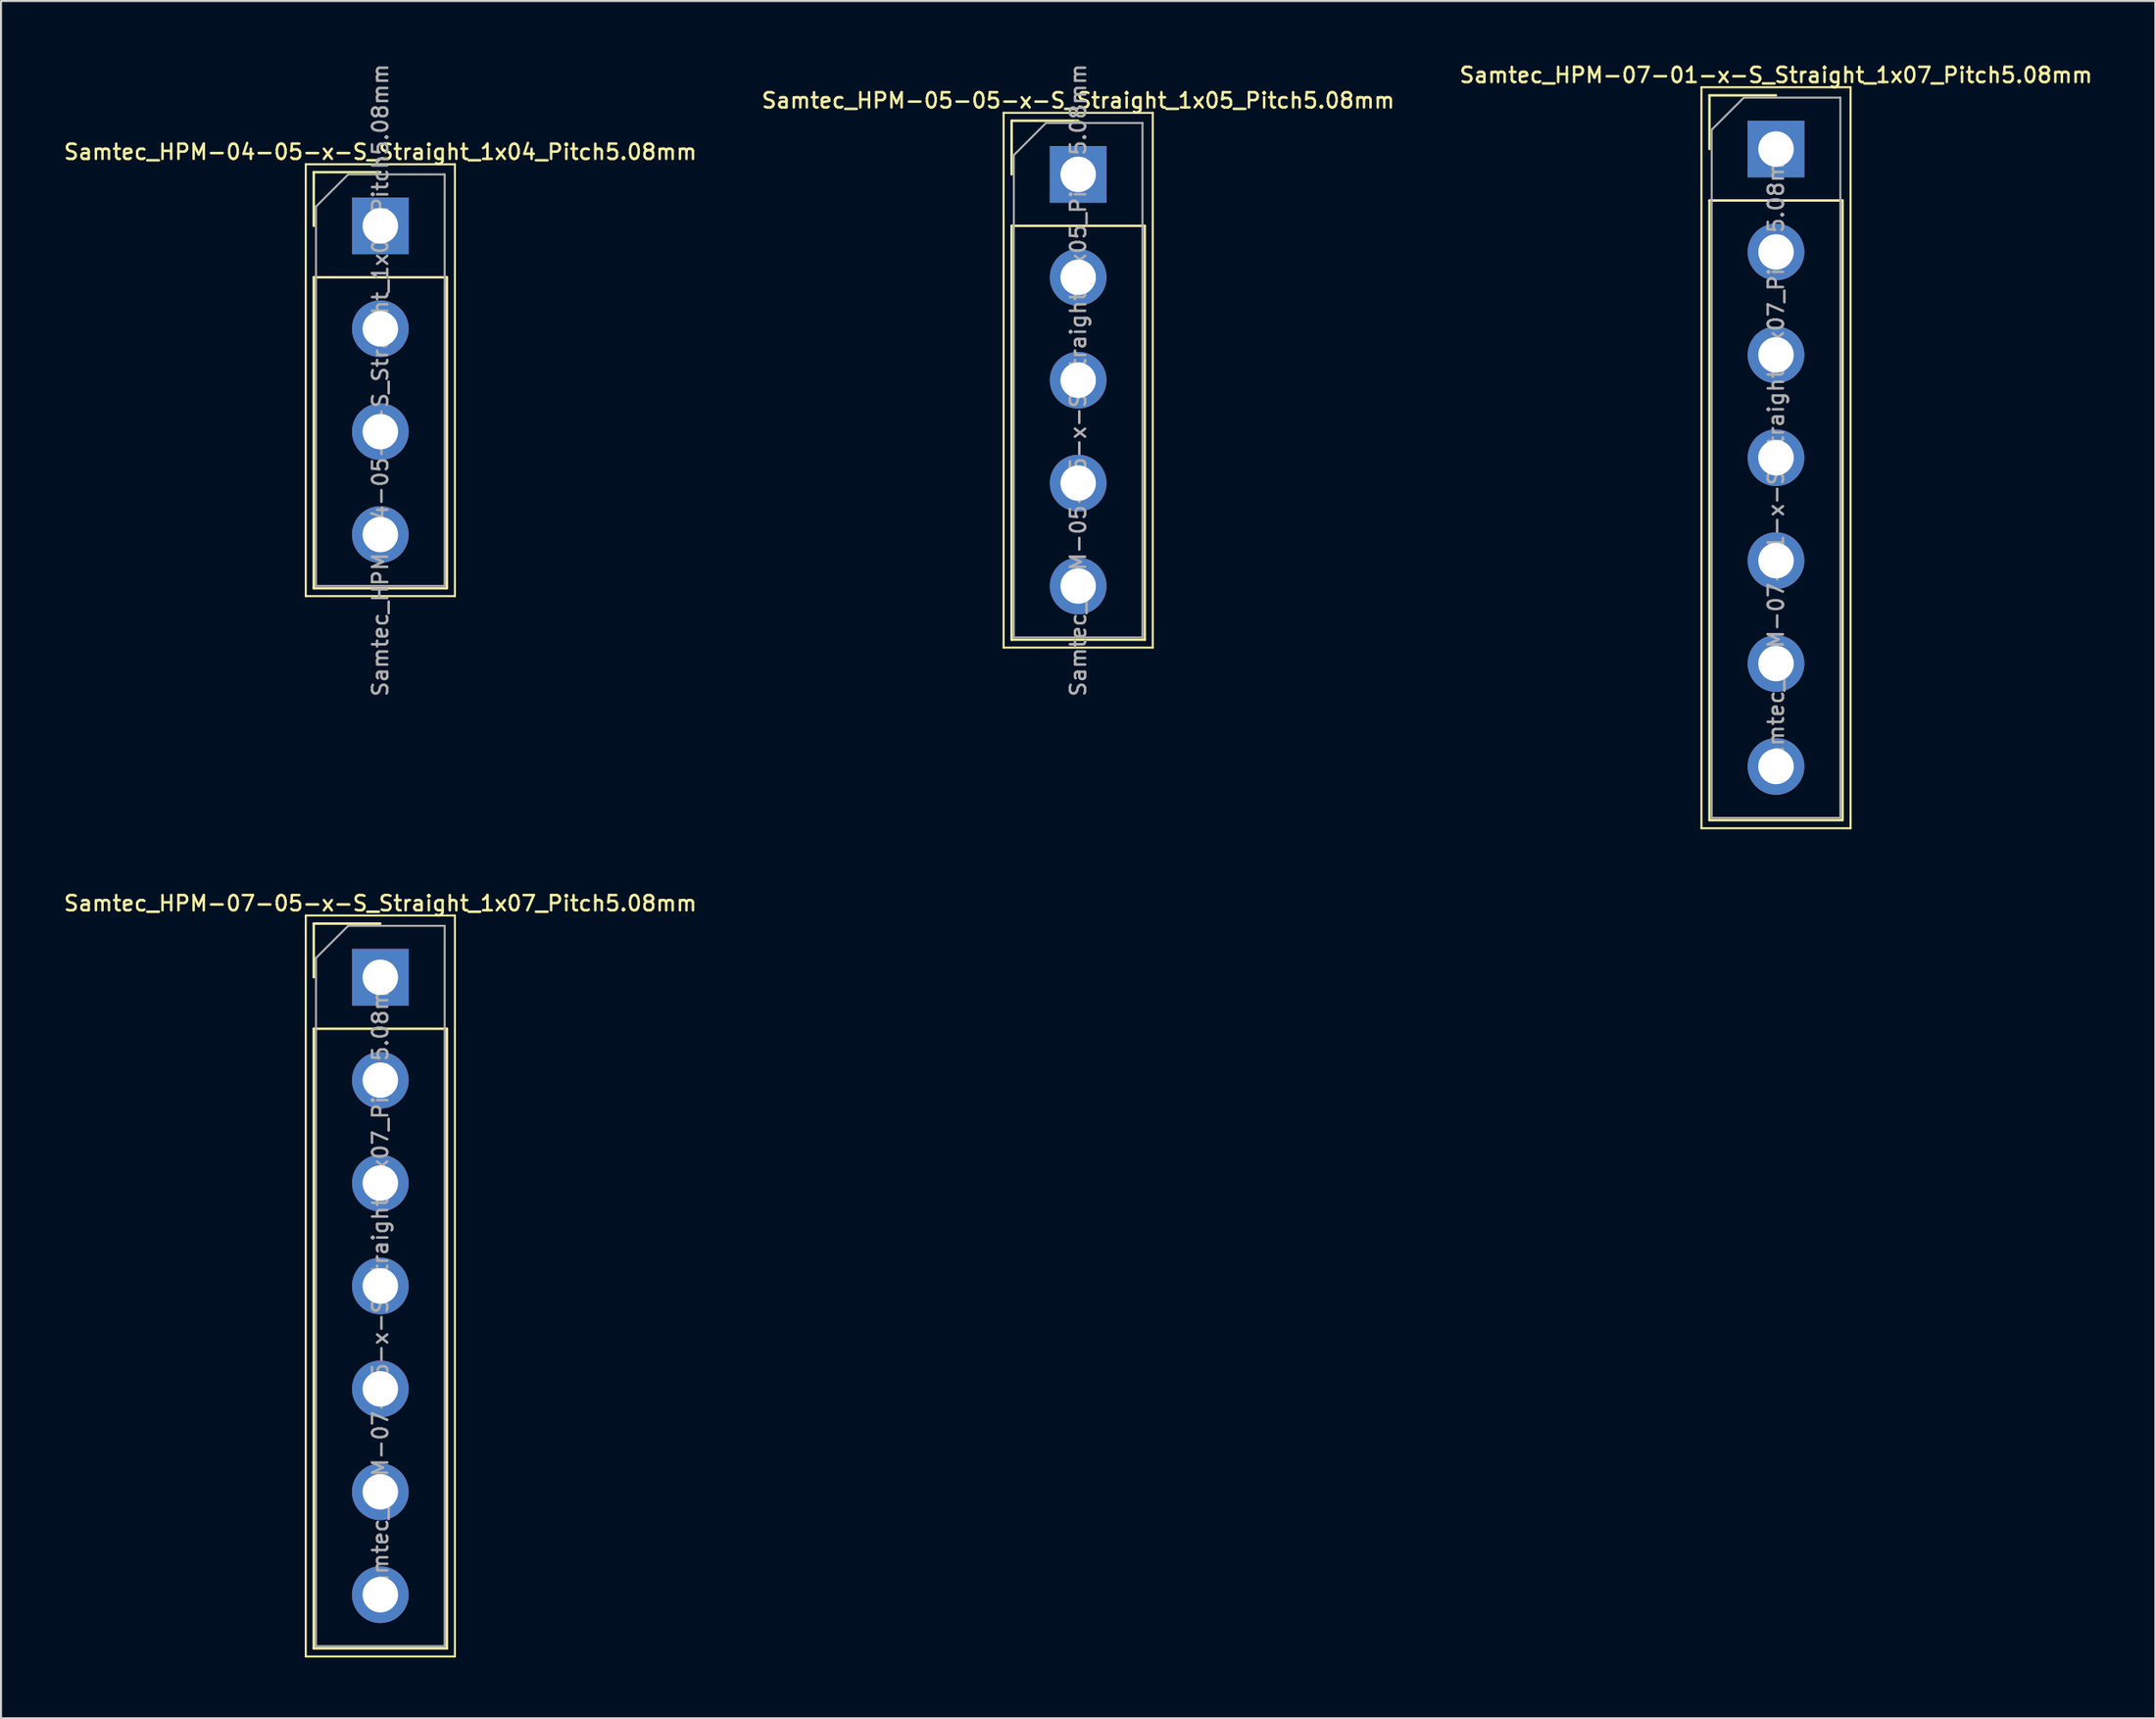
<source format=kicad_pcb>
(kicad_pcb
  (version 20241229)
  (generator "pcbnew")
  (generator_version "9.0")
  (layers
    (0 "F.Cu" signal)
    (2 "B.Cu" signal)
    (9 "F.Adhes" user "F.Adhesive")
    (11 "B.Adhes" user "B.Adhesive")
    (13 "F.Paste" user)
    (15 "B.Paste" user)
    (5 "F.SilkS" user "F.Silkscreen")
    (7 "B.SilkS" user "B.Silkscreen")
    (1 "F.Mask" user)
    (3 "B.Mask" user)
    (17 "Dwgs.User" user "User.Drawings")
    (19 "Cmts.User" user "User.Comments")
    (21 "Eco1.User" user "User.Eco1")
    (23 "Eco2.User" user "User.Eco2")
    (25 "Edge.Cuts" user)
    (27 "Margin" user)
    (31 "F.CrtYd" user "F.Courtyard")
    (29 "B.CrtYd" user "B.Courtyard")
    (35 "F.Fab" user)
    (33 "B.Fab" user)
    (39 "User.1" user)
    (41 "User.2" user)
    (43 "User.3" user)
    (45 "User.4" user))
  (footprint "Samtec_HPM-07-05-x-S_Straight_1x07_Pitch5.08mm"
    (layer "F.Cu")
    (at 15.72 45.196)
    (property "Reference" "Samtec_HPM-07-05-x-S_Straight_1x07_Pitch5.08mm" (at 0 -3.65 0) (layer "F.SilkS") (effects (font (size 0.75 0.75) (thickness 0.125))))
    (attr through_hole)
    (fp_line (start -3.68 -3.05) (end -3.68 33.53) (stroke (width 0.1) (type solid)) (layer "F.SilkS"))
    (fp_line (start -3.68 33.53) (end 3.68 33.53) (stroke (width 0.1) (type solid)) (layer "F.SilkS"))
    (fp_line (start -3.285 -2.65) (end 0 -2.65) (stroke (width 0.12) (type solid)) (layer "F.SilkS"))
    (fp_line (start -3.285 0) (end -3.285 -2.65) (stroke (width 0.12) (type solid)) (layer "F.SilkS"))
    (fp_line (start -3.285 2.54) (end -3.285 33.13) (stroke (width 0.12) (type solid)) (layer "F.SilkS"))
    (fp_line (start -3.285 2.54) (end 3.285 2.54) (stroke (width 0.12) (type solid)) (layer "F.SilkS"))
    (fp_line (start -3.285 33.13) (end 3.285 33.13) (stroke (width 0.12) (type solid)) (layer "F.SilkS"))
    (fp_line (start 3.285 2.54) (end 3.285 33.13) (stroke (width 0.12) (type solid)) (layer "F.SilkS"))
    (fp_line (start 3.68 -3.05) (end -3.68 -3.05) (stroke (width 0.1) (type solid)) (layer "F.SilkS"))
    (fp_line (start 3.68 33.53) (end 3.68 -3.05) (stroke (width 0.1) (type solid)) (layer "F.SilkS"))
    (fp_line (start -3.175 -0.953) (end -1.587 -2.54) (stroke (width 0.1) (type solid)) (layer "F.Fab"))
    (fp_line (start -3.175 33.02) (end -3.175 -0.953) (stroke (width 0.1) (type solid)) (layer "F.Fab"))
    (fp_line (start -1.587 -2.54) (end 3.175 -2.54) (stroke (width 0.1) (type solid)) (layer "F.Fab"))
    (fp_line (start 3.175 -2.54) (end 3.175 33.02) (stroke (width 0.1) (type solid)) (layer "F.Fab"))
    (fp_line (start 3.175 33.02) (end -3.175 33.02) (stroke (width 0.1) (type solid)) (layer "F.Fab"))
    (fp_text user "${REFERENCE}" (at 0 15.24 90) (layer "F.Fab") (effects (font (size 0.75 0.75) (thickness 0.125))))
    (pad "1" thru_hole rect (at 0 0) (size 2.8 2.8) (drill 1.75) (layers "*.Cu" "*.Mask"))
    (pad "2" thru_hole circle (at 0 5.08) (size 2.8 2.8) (drill 1.75) (layers "*.Cu" "*.Mask"))
    (pad "3" thru_hole circle (at 0 10.16) (size 2.8 2.8) (drill 1.75) (layers "*.Cu" "*.Mask"))
    (pad "4" thru_hole circle (at 0 15.24) (size 2.8 2.8) (drill 1.75) (layers "*.Cu" "*.Mask"))
    (pad "5" thru_hole circle (at 0 20.32) (size 2.8 2.8) (drill 1.75) (layers "*.Cu" "*.Mask"))
    (pad "6" thru_hole circle (at 0 25.4) (size 2.8 2.8) (drill 1.75) (layers "*.Cu" "*.Mask"))
    (pad "7" thru_hole circle (at 0 30.48) (size 2.8 2.8) (drill 1.75) (layers "*.Cu" "*.Mask")))
  (footprint "Samtec_HPM-05-05-x-S_Straight_1x05_Pitch5.08mm"
    (layer "F.Cu")
    (at 50.159 5.56)
    (property "Reference" "Samtec_HPM-05-05-x-S_Straight_1x05_Pitch5.08mm" (at 0 -3.65 0) (layer "F.SilkS") (effects (font (size 0.75 0.75) (thickness 0.125))))
    (attr through_hole)
    (fp_line (start -3.68 -3.04) (end -3.68 23.36) (stroke (width 0.1) (type solid)) (layer "F.SilkS"))
    (fp_line (start -3.68 23.36) (end 3.68 23.36) (stroke (width 0.1) (type solid)) (layer "F.SilkS"))
    (fp_line (start -3.285 -2.65) (end 0 -2.65) (stroke (width 0.12) (type solid)) (layer "F.SilkS"))
    (fp_line (start -3.285 0) (end -3.285 -2.65) (stroke (width 0.12) (type solid)) (layer "F.SilkS"))
    (fp_line (start -3.285 2.54) (end -3.285 22.97) (stroke (width 0.12) (type solid)) (layer "F.SilkS"))
    (fp_line (start -3.285 2.54) (end 3.285 2.54) (stroke (width 0.12) (type solid)) (layer "F.SilkS"))
    (fp_line (start -3.285 22.97) (end 3.285 22.97) (stroke (width 0.12) (type solid)) (layer "F.SilkS"))
    (fp_line (start 3.285 2.54) (end 3.285 22.97) (stroke (width 0.12) (type solid)) (layer "F.SilkS"))
    (fp_line (start 3.68 -3.04) (end -3.68 -3.04) (stroke (width 0.1) (type solid)) (layer "F.SilkS"))
    (fp_line (start 3.68 23.36) (end 3.68 -3.04) (stroke (width 0.1) (type solid)) (layer "F.SilkS"))
    (fp_line (start -3.175 -0.953) (end -1.587 -2.54) (stroke (width 0.1) (type solid)) (layer "F.Fab"))
    (fp_line (start -3.175 22.86) (end -3.175 -0.953) (stroke (width 0.1) (type solid)) (layer "F.Fab"))
    (fp_line (start -1.587 -2.54) (end 3.175 -2.54) (stroke (width 0.1) (type solid)) (layer "F.Fab"))
    (fp_line (start 3.175 -2.54) (end 3.175 22.86) (stroke (width 0.1) (type solid)) (layer "F.Fab"))
    (fp_line (start 3.175 22.86) (end -3.175 22.86) (stroke (width 0.1) (type solid)) (layer "F.Fab"))
    (fp_text user "${REFERENCE}" (at 0 10.16 90) (layer "F.Fab") (effects (font (size 0.75 0.75) (thickness 0.125))))
    (pad "1" thru_hole rect (at 0 0) (size 2.8 2.8) (drill 1.75) (layers "*.Cu" "*.Mask"))
    (pad "2" thru_hole circle (at 0 5.08) (size 2.8 2.8) (drill 1.75) (layers "*.Cu" "*.Mask"))
    (pad "3" thru_hole circle (at 0 10.16) (size 2.8 2.8) (drill 1.75) (layers "*.Cu" "*.Mask"))
    (pad "4" thru_hole circle (at 0 15.24) (size 2.8 2.8) (drill 1.75) (layers "*.Cu" "*.Mask"))
    (pad "5" thru_hole circle (at 0 20.32) (size 2.8 2.8) (drill 1.75) (layers "*.Cu" "*.Mask")))
  (footprint "Samtec_HPM-04-05-x-S_Straight_1x04_Pitch5.08mm"
    (layer "F.Cu")
    (at 15.72 8.1)
    (property "Reference" "Samtec_HPM-04-05-x-S_Straight_1x04_Pitch5.08mm" (at 0 -3.65 0) (layer "F.SilkS") (effects (font (size 0.75 0.75) (thickness 0.125))))
    (attr through_hole)
    (fp_line (start -3.68 -3.04) (end -3.68 18.28) (stroke (width 0.1) (type solid)) (layer "F.SilkS"))
    (fp_line (start -3.68 18.28) (end 3.68 18.28) (stroke (width 0.1) (type solid)) (layer "F.SilkS"))
    (fp_line (start -3.285 -2.65) (end 0 -2.65) (stroke (width 0.12) (type solid)) (layer "F.SilkS"))
    (fp_line (start -3.285 0) (end -3.285 -2.65) (stroke (width 0.12) (type solid)) (layer "F.SilkS"))
    (fp_line (start -3.285 2.54) (end -3.285 17.89) (stroke (width 0.12) (type solid)) (layer "F.SilkS"))
    (fp_line (start -3.285 2.54) (end 3.285 2.54) (stroke (width 0.12) (type solid)) (layer "F.SilkS"))
    (fp_line (start -3.285 17.89) (end 3.285 17.89) (stroke (width 0.12) (type solid)) (layer "F.SilkS"))
    (fp_line (start 3.285 2.54) (end 3.285 17.89) (stroke (width 0.12) (type solid)) (layer "F.SilkS"))
    (fp_line (start 3.68 -3.04) (end -3.68 -3.04) (stroke (width 0.1) (type solid)) (layer "F.SilkS"))
    (fp_line (start 3.68 18.28) (end 3.68 -3.04) (stroke (width 0.1) (type solid)) (layer "F.SilkS"))
    (fp_line (start -3.175 -0.953) (end -1.587 -2.54) (stroke (width 0.1) (type solid)) (layer "F.Fab"))
    (fp_line (start -3.175 17.78) (end -3.175 -0.953) (stroke (width 0.1) (type solid)) (layer "F.Fab"))
    (fp_line (start -1.587 -2.54) (end 3.175 -2.54) (stroke (width 0.1) (type solid)) (layer "F.Fab"))
    (fp_line (start 3.175 -2.54) (end 3.175 17.78) (stroke (width 0.1) (type solid)) (layer "F.Fab"))
    (fp_line (start 3.175 17.78) (end -3.175 17.78) (stroke (width 0.1) (type solid)) (layer "F.Fab"))
    (fp_text user "${REFERENCE}" (at 0 7.62 90) (layer "F.Fab") (effects (font (size 0.75 0.75) (thickness 0.125))))
    (pad "1" thru_hole rect (at 0 0) (size 2.8 2.8) (drill 1.75) (layers "*.Cu" "*.Mask"))
    (pad "2" thru_hole circle (at 0 5.08) (size 2.8 2.8) (drill 1.75) (layers "*.Cu" "*.Mask"))
    (pad "3" thru_hole circle (at 0 10.16) (size 2.8 2.8) (drill 1.75) (layers "*.Cu" "*.Mask"))
    (pad "4" thru_hole circle (at 0 15.24) (size 2.8 2.8) (drill 1.75) (layers "*.Cu" "*.Mask")))
  (footprint "Samtec_HPM-07-01-x-S_Straight_1x07_Pitch5.08mm"
    (layer "F.Cu")
    (at 84.598 4.308)
    (property "Reference" "Samtec_HPM-07-01-x-S_Straight_1x07_Pitch5.08mm" (at 0 -3.65 0) (layer "F.SilkS") (effects (font (size 0.75 0.75) (thickness 0.125))))
    (attr through_hole)
    (fp_line (start -3.68 -3.05) (end -3.68 33.53) (stroke (width 0.1) (type solid)) (layer "F.SilkS"))
    (fp_line (start -3.68 33.53) (end 3.68 33.53) (stroke (width 0.1) (type solid)) (layer "F.SilkS"))
    (fp_line (start -3.285 -2.65) (end 0 -2.65) (stroke (width 0.12) (type solid)) (layer "F.SilkS"))
    (fp_line (start -3.285 0) (end -3.285 -2.65) (stroke (width 0.12) (type solid)) (layer "F.SilkS"))
    (fp_line (start -3.285 2.54) (end -3.285 33.13) (stroke (width 0.12) (type solid)) (layer "F.SilkS"))
    (fp_line (start -3.285 2.54) (end 3.285 2.54) (stroke (width 0.12) (type solid)) (layer "F.SilkS"))
    (fp_line (start -3.285 33.13) (end 3.285 33.13) (stroke (width 0.12) (type solid)) (layer "F.SilkS"))
    (fp_line (start 3.285 2.54) (end 3.285 33.13) (stroke (width 0.12) (type solid)) (layer "F.SilkS"))
    (fp_line (start 3.68 -3.05) (end -3.68 -3.05) (stroke (width 0.1) (type solid)) (layer "F.SilkS"))
    (fp_line (start 3.68 33.53) (end 3.68 -3.05) (stroke (width 0.1) (type solid)) (layer "F.SilkS"))
    (fp_line (start -3.175 -0.953) (end -1.587 -2.54) (stroke (width 0.1) (type solid)) (layer "F.Fab"))
    (fp_line (start -3.175 33.02) (end -3.175 -0.953) (stroke (width 0.1) (type solid)) (layer "F.Fab"))
    (fp_line (start -1.587 -2.54) (end 3.175 -2.54) (stroke (width 0.1) (type solid)) (layer "F.Fab"))
    (fp_line (start 3.175 -2.54) (end 3.175 33.02) (stroke (width 0.1) (type solid)) (layer "F.Fab"))
    (fp_line (start 3.175 33.02) (end -3.175 33.02) (stroke (width 0.1) (type solid)) (layer "F.Fab"))
    (fp_text user "${REFERENCE}" (at 0 15.24 90) (layer "F.Fab") (effects (font (size 0.75 0.75) (thickness 0.125))))
    (pad "1" thru_hole rect (at 0 0) (size 2.8 2.8) (drill 1.75) (layers "*.Cu" "*.Mask"))
    (pad "2" thru_hole circle (at 0 5.08) (size 2.8 2.8) (drill 1.75) (layers "*.Cu" "*.Mask"))
    (pad "3" thru_hole circle (at 0 10.16) (size 2.8 2.8) (drill 1.75) (layers "*.Cu" "*.Mask"))
    (pad "4" thru_hole circle (at 0 15.24) (size 2.8 2.8) (drill 1.75) (layers "*.Cu" "*.Mask"))
    (pad "5" thru_hole circle (at 0 20.32) (size 2.8 2.8) (drill 1.75) (layers "*.Cu" "*.Mask"))
    (pad "6" thru_hole circle (at 0 25.4) (size 2.8 2.8) (drill 1.75) (layers "*.Cu" "*.Mask"))
    (pad "7" thru_hole circle (at 0 30.48) (size 2.8 2.8) (drill 1.75) (layers "*.Cu" "*.Mask")))
  (gr_rect
    (start -3 -3)
    (end 103.318 81.776)
    (stroke (width 0.1) (type default))
    (fill no)
    (layer "Edge.Cuts")))
</source>
